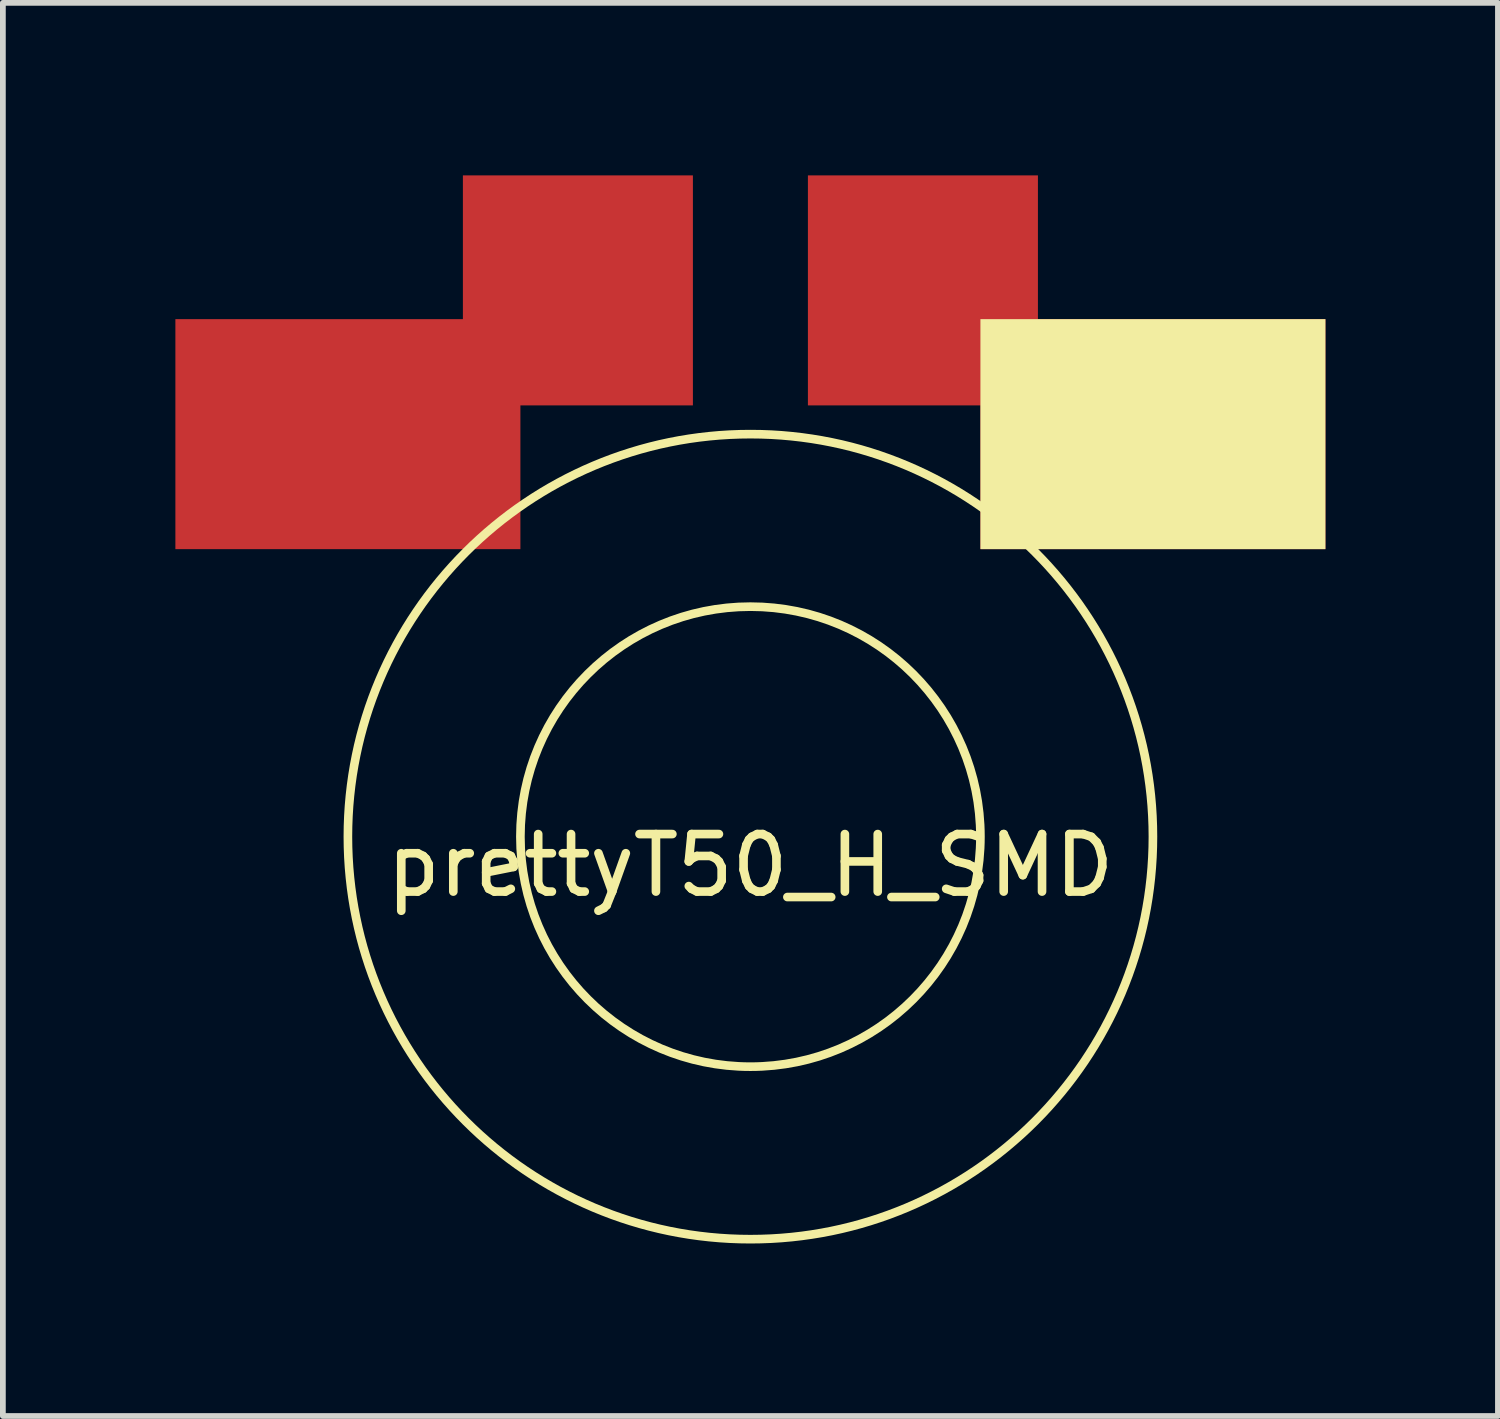
<source format=kicad_pcb>
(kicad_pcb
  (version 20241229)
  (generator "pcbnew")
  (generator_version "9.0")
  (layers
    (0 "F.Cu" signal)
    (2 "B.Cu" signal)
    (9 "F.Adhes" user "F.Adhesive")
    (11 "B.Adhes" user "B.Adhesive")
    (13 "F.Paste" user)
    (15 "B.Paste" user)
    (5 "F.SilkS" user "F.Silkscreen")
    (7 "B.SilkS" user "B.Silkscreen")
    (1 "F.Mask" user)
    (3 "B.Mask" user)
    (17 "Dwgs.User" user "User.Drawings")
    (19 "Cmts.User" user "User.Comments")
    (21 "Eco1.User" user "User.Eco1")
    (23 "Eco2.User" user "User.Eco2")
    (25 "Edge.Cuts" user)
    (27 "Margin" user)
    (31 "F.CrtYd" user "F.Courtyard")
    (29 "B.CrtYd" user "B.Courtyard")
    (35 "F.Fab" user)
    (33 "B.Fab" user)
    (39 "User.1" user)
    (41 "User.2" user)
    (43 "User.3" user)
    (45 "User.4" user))
  (footprint "prettyT50_H_SMD"
    (layer "F.Cu")
    (at 10 11.5)
    (property "Reference" "prettyT50_H_SMD" (at 0 0.5 0) (layer "F.SilkS") (effects (font (size 1 1) (thickness 0.15))))
    (attr through_hole)
    (fp_circle (center 0 0) (end 4 0) (stroke (width 0.15) (type solid)) (fill no) (layer "F.SilkS"))
    (fp_circle (center 0 0) (end 7 0) (stroke (width 0.15) (type solid)) (fill no) (layer "F.SilkS"))
    (pad "1" smd rect (at -7 -7) (size 6 4) (layers "F.Cu" "F.Mask" "F.Paste"))
    (pad "1" smd rect (at -3 -9.5) (size 4 4) (layers "F.Cu" "F.Mask" "F.Paste"))
    (pad "2" smd rect (at 3 -9.5) (size 4 4) (layers "F.Cu" "F.Mask" "F.Paste"))
    (pad "2" smd rect (at 7 -7) (size 6 4) (layers "F.Cu" "F.Mask" "F.SilkS" "F.Paste")))
  (gr_rect
    (start -3 -3)
    (end 23 21.575)
    (stroke (width 0.1) (type default))
    (fill no)
    (layer "Edge.Cuts")))
</source>
